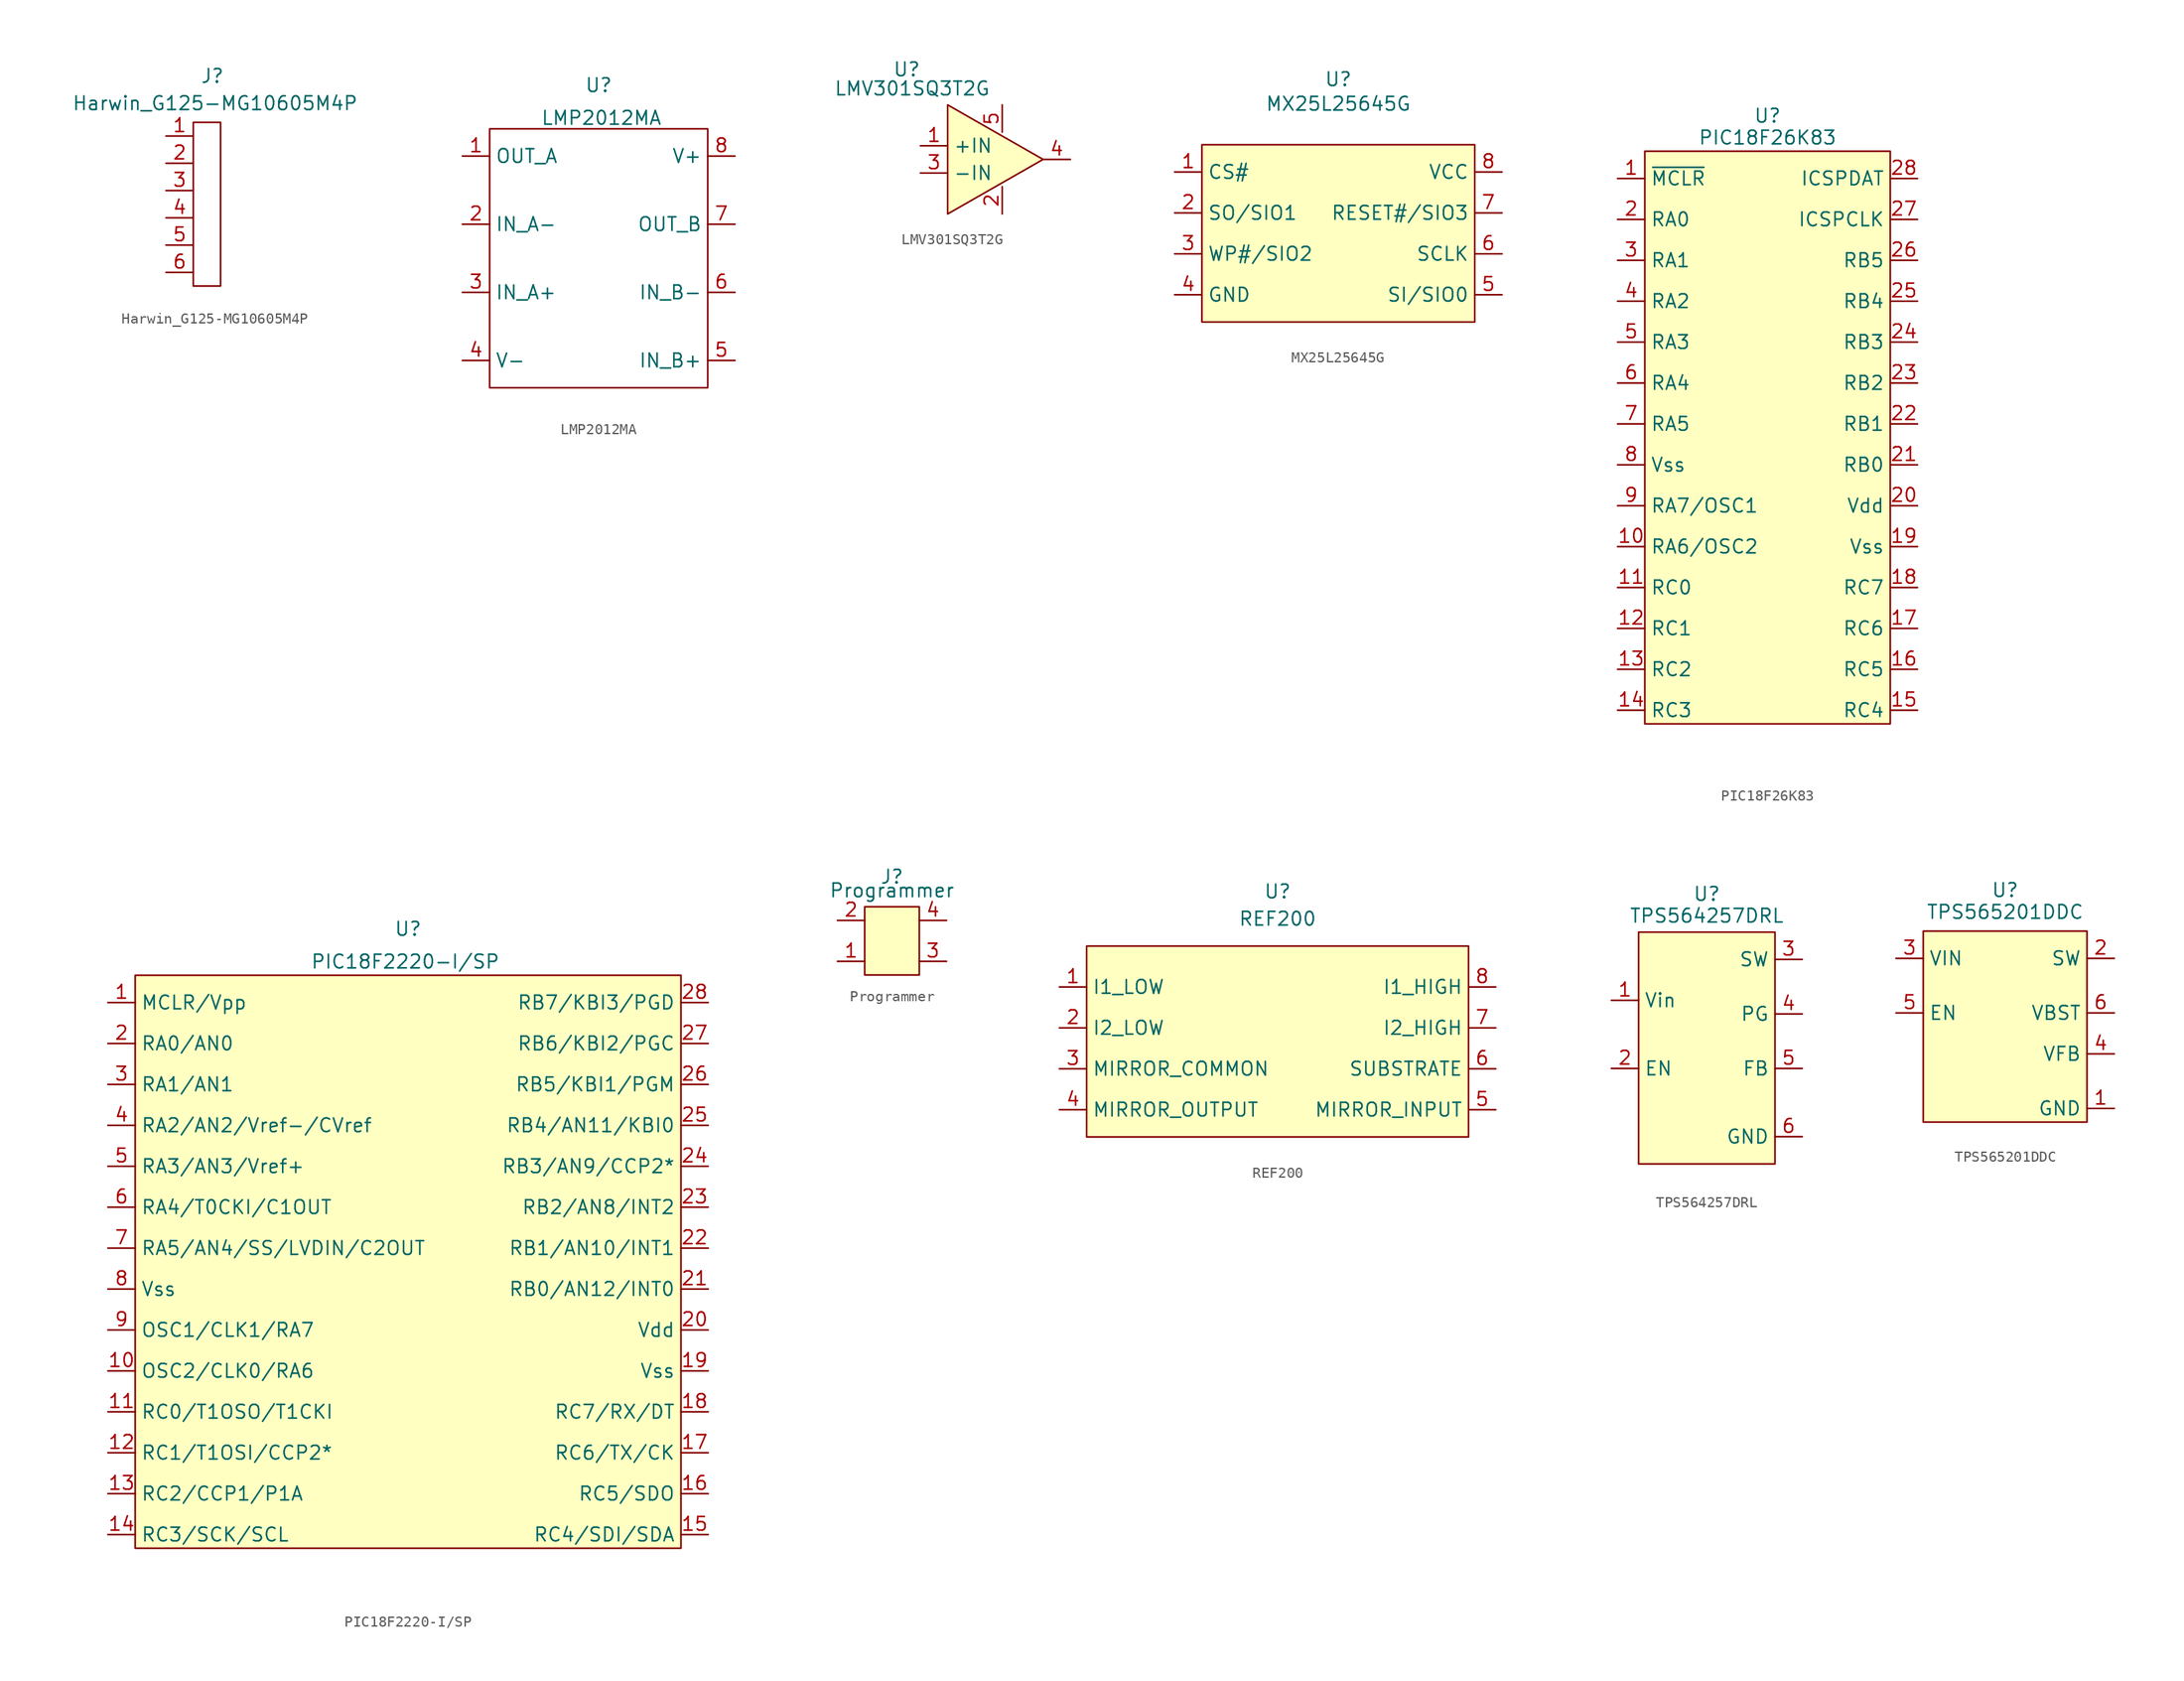
<source format=kicad_sym>
(kicad_symbol_lib
  (version 20241209)
  (generator "kicad_symbol_editor")
  (generator_version "9.0")
  (symbol "Harwin_G125-MG10605M4P"
    (property "Reference" "J"
      (at 0.508 4.318 0)
      (effects (font (size 1.27 1.27))))
    (property "Value" "Harwin_G125-MG10605M4P"
      (at 0.762 1.778 0)
      (effects (font (size 1.27 1.27))))
    (symbol "Harwin_G125-MG10605M4P_0_1"
      (rectangle (start -1.27 0) (end 1.27 -15.24) (stroke (width 0) (type default)) (fill (type none))))
    (symbol "Harwin_G125-MG10605M4P_1_1"
      (pin output line (at -3.81 -1.27 0) (length 2.54) (name "" (effects (font (size 1.27 1.27)))) (number "1" (effects (font (size 1.27 1.27)))))
      (pin output line (at -3.81 -3.81 0) (length 2.54) (name "" (effects (font (size 1.27 1.27)))) (number "2" (effects (font (size 1.27 1.27)))))
      (pin output line (at -3.81 -6.35 0) (length 2.54) (name "" (effects (font (size 1.27 1.27)))) (number "3" (effects (font (size 1.27 1.27)))))
      (pin output line (at -3.81 -8.89 0) (length 2.54) (name "" (effects (font (size 1.27 1.27)))) (number "4" (effects (font (size 1.27 1.27)))))
      (pin output line (at -3.81 -11.43 0) (length 2.54) (name "" (effects (font (size 1.27 1.27)))) (number "5" (effects (font (size 1.27 1.27)))))
      (pin output line (at -3.81 -13.97 0) (length 2.54) (name "" (effects (font (size 1.27 1.27)))) (number "6" (effects (font (size 1.27 1.27)))))))
  (symbol "LMP2012MA"
    (property "Reference" "U"
      (at 0 4.064 0)
      (effects (font (size 1.27 1.27))))
    (property "Value" "LMP2012MA"
      (at 0.254 1.016 0)
      (effects (font (size 1.27 1.27))))
    (symbol "LMP2012MA_0_1"
      (rectangle (start -10.16 0) (end 10.16 -24.13) (stroke (width 0) (type default)) (fill (type none))))
    (symbol "LMP2012MA_1_1"
      (pin output line (at -12.7 -2.54 0) (length 2.54) (name "OUT_A" (effects (font (size 1.27 1.27)))) (number "1" (effects (font (size 1.27 1.27)))))
      (pin input line (at -12.7 -8.89 0) (length 2.54) (name "IN_A-" (effects (font (size 1.27 1.27)))) (number "2" (effects (font (size 1.27 1.27)))))
      (pin input line (at -12.7 -15.24 0) (length 2.54) (name "IN_A+" (effects (font (size 1.27 1.27)))) (number "3" (effects (font (size 1.27 1.27)))))
      (pin power_in line (at -12.7 -21.59 0) (length 2.54) (name "V-" (effects (font (size 1.27 1.27)))) (number "4" (effects (font (size 1.27 1.27)))))
      (pin power_in line (at 12.7 -2.54 180) (length 2.54) (name "V+" (effects (font (size 1.27 1.27)))) (number "8" (effects (font (size 1.27 1.27)))))
      (pin power_in line (at 12.7 -8.89 180) (length 2.54) (name "OUT_B" (effects (font (size 1.27 1.27)))) (number "7" (effects (font (size 1.27 1.27)))))
      (pin power_in line (at 12.7 -15.24 180) (length 2.54) (name "IN_B-" (effects (font (size 1.27 1.27)))) (number "6" (effects (font (size 1.27 1.27)))))
      (pin power_in line (at 12.7 -21.59 180) (length 2.54) (name "IN_B+" (effects (font (size 1.27 1.27)))) (number "5" (effects (font (size 1.27 1.27)))))))
  (symbol "LMV301SQ3T2G"
    (property "Reference" "U"
      (at -3.81 3.302 0)
      (effects (font (size 1.27 1.27))))
    (property "Value" "LMV301SQ3T2G"
      (at -3.302 1.524 0)
      (effects (font (size 1.27 1.27))))
    (symbol "LMV301SQ3T2G_1_1"
      (polyline (pts (xy 0 0) (xy 0 -10.16) (xy 8.89 -5.08) (xy 0 0)) (stroke (width 0) (type solid)) (fill (type background)))
      (pin input line (at -2.54 -3.81 0) (length 2.54) (name "+IN" (effects (font (size 1.27 1.27)))) (number "1" (effects (font (size 1.27 1.27)))))
      (pin input line (at -2.54 -6.35 0) (length 2.54) (name "-IN" (effects (font (size 1.27 1.27)))) (number "3" (effects (font (size 1.27 1.27)))))
      (pin input line (at 5.08 -2.54 90) (length 2.54) (name "" (effects (font (size 1.27 1.27)))) (number "5" (effects (font (size 1.27 1.27)))))
      (pin input line (at 5.08 -7.62 270) (length 2.54) (name "" (effects (font (size 1.27 1.27)))) (number "2" (effects (font (size 1.27 1.27)))))
      (pin input line (at 8.89 -5.08 0) (length 2.54) (name "" (effects (font (size 1.27 1.27)))) (number "4" (effects (font (size 1.27 1.27)))))))
  (symbol "MX25L25645G"
    (property "Reference" "U"
      (at 0 2.286 0)
      (effects (font (size 1.27 1.27))))
    (property "Value" "MX25L25645G"
      (at 0 0 0)
      (effects (font (size 1.27 1.27))))
    (symbol "MX25L25645G_0_1"
      (rectangle (start -12.7 -3.81) (end 12.7 -20.32) (stroke (width 0) (type default)) (fill (type background))))
    (symbol "MX25L25645G_1_1"
      (pin input line (at -15.24 -6.35 0) (length 2.54) (name "CS#" (effects (font (size 1.27 1.27)))) (number "1" (effects (font (size 1.27 1.27)))))
      (pin input line (at -15.24 -10.16 0) (length 2.54) (name "SO/SIO1" (effects (font (size 1.27 1.27)))) (number "2" (effects (font (size 1.27 1.27)))))
      (pin input line (at -15.24 -13.97 0) (length 2.54) (name "WP#/SIO2" (effects (font (size 1.27 1.27)))) (number "3" (effects (font (size 1.27 1.27)))))
      (pin input line (at -15.24 -17.78 0) (length 2.54) (name "GND" (effects (font (size 1.27 1.27)))) (number "4" (effects (font (size 1.27 1.27)))))
      (pin input line (at 15.24 -6.35 180) (length 2.54) (name "VCC" (effects (font (size 1.27 1.27)))) (number "8" (effects (font (size 1.27 1.27)))))
      (pin input line (at 15.24 -10.16 180) (length 2.54) (name "RESET#/SIO3" (effects (font (size 1.27 1.27)))) (number "7" (effects (font (size 1.27 1.27)))))
      (pin input line (at 15.24 -13.97 180) (length 2.54) (name "SCLK" (effects (font (size 1.27 1.27)))) (number "6" (effects (font (size 1.27 1.27)))))
      (pin input line (at 15.24 -17.78 180) (length 2.54) (name "SI/SIO0" (effects (font (size 1.27 1.27)))) (number "5" (effects (font (size 1.27 1.27)))))))
  (symbol "PIC18F26K83"
    (property "Reference" "U"
      (at 0 3.302 0)
      (effects (font (size 1.27 1.27))))
    (property "Value" "PIC18F26K83"
      (at 0 1.27 0)
      (effects (font (size 1.27 1.27))))
    (symbol "PIC18F26K83_1_1"
      (rectangle (start -11.43 0) (end 11.43 -53.34) (stroke (width 0) (type solid)) (fill (type background)))
      (pin input line (at -13.97 -2.54 0) (length 2.54) (name "~{MCLR}" (effects (font (size 1.27 1.27)))) (number "1" (effects (font (size 1.27 1.27)))))
      (pin input line (at -13.97 -6.35 0) (length 2.54) (name "RA0" (effects (font (size 1.27 1.27)))) (number "2" (effects (font (size 1.27 1.27)))))
      (pin input line (at -13.97 -10.16 0) (length 2.54) (name "RA1" (effects (font (size 1.27 1.27)))) (number "3" (effects (font (size 1.27 1.27)))))
      (pin input line (at -13.97 -13.97 0) (length 2.54) (name "RA2" (effects (font (size 1.27 1.27)))) (number "4" (effects (font (size 1.27 1.27)))))
      (pin input line (at -13.97 -17.78 0) (length 2.54) (name "RA3" (effects (font (size 1.27 1.27)))) (number "5" (effects (font (size 1.27 1.27)))))
      (pin input line (at -13.97 -21.59 0) (length 2.54) (name "RA4" (effects (font (size 1.27 1.27)))) (number "6" (effects (font (size 1.27 1.27)))))
      (pin input line (at -13.97 -25.4 0) (length 2.54) (name "RA5" (effects (font (size 1.27 1.27)))) (number "7" (effects (font (size 1.27 1.27)))))
      (pin power_in line (at -13.97 -29.21 0) (length 2.54) (name "Vss" (effects (font (size 1.27 1.27)))) (number "8" (effects (font (size 1.27 1.27)))))
      (pin input line (at -13.97 -33.02 0) (length 2.54) (name "RA7/OSC1" (effects (font (size 1.27 1.27)))) (number "9" (effects (font (size 1.27 1.27)))))
      (pin input line (at -13.97 -36.83 0) (length 2.54) (name "RA6/OSC2" (effects (font (size 1.27 1.27)))) (number "10" (effects (font (size 1.27 1.27)))))
      (pin input line (at -13.97 -40.64 0) (length 2.54) (name "RC0" (effects (font (size 1.27 1.27)))) (number "11" (effects (font (size 1.27 1.27)))))
      (pin input line (at -13.97 -44.45 0) (length 2.54) (name "RC1" (effects (font (size 1.27 1.27)))) (number "12" (effects (font (size 1.27 1.27)))))
      (pin input line (at -13.97 -48.26 0) (length 2.54) (name "RC2" (effects (font (size 1.27 1.27)))) (number "13" (effects (font (size 1.27 1.27)))))
      (pin input line (at -13.97 -52.07 0) (length 2.54) (name "RC3" (effects (font (size 1.27 1.27)))) (number "14" (effects (font (size 1.27 1.27)))))
      (pin input line (at 13.97 -2.54 180) (length 2.54) (name "ICSPDAT" (effects (font (size 1.27 1.27)))) (number "28" (effects (font (size 1.27 1.27)))))
      (pin input line (at 13.97 -6.35 180) (length 2.54) (name "ICSPCLK" (effects (font (size 1.27 1.27)))) (number "27" (effects (font (size 1.27 1.27)))))
      (pin input line (at 13.97 -10.16 180) (length 2.54) (name "RB5" (effects (font (size 1.27 1.27)))) (number "26" (effects (font (size 1.27 1.27)))))
      (pin input line (at 13.97 -13.97 180) (length 2.54) (name "RB4" (effects (font (size 1.27 1.27)))) (number "25" (effects (font (size 1.27 1.27)))))
      (pin input line (at 13.97 -17.78 180) (length 2.54) (name "RB3" (effects (font (size 1.27 1.27)))) (number "24" (effects (font (size 1.27 1.27)))))
      (pin input line (at 13.97 -21.59 180) (length 2.54) (name "RB2" (effects (font (size 1.27 1.27)))) (number "23" (effects (font (size 1.27 1.27)))))
      (pin input line (at 13.97 -25.4 180) (length 2.54) (name "RB1" (effects (font (size 1.27 1.27)))) (number "22" (effects (font (size 1.27 1.27)))))
      (pin input line (at 13.97 -29.21 180) (length 2.54) (name "RB0" (effects (font (size 1.27 1.27)))) (number "21" (effects (font (size 1.27 1.27)))))
      (pin power_in line (at 13.97 -33.02 180) (length 2.54) (name "Vdd" (effects (font (size 1.27 1.27)))) (number "20" (effects (font (size 1.27 1.27)))))
      (pin power_in line (at 13.97 -36.83 180) (length 2.54) (name "Vss" (effects (font (size 1.27 1.27)))) (number "19" (effects (font (size 1.27 1.27)))))
      (pin input line (at 13.97 -40.64 180) (length 2.54) (name "RC7" (effects (font (size 1.27 1.27)))) (number "18" (effects (font (size 1.27 1.27)))))
      (pin input line (at 13.97 -44.45 180) (length 2.54) (name "RC6" (effects (font (size 1.27 1.27)))) (number "17" (effects (font (size 1.27 1.27)))))
      (pin input line (at 13.97 -48.26 180) (length 2.54) (name "RC5" (effects (font (size 1.27 1.27)))) (number "16" (effects (font (size 1.27 1.27)))))
      (pin input line (at 13.97 -52.07 180) (length 2.54) (name "RC4" (effects (font (size 1.27 1.27)))) (number "15" (effects (font (size 1.27 1.27)))))))
  (symbol "PIC18F2220-I/SP"
    (property "Reference" "U"
      (at 0 18.288 0)
      (effects (font (size 1.27 1.27))))
    (property "Value" "PIC18F2220-I/SP"
      (at -0.254 15.24 0)
      (effects (font (size 1.27 1.27))))
    (symbol "PIC18F2220-I/SP_1_1"
      (rectangle (start -25.4 13.97) (end 25.4 -39.37) (stroke (width 0) (type solid)) (fill (type background)))
      (pin input line (at -27.94 11.43 0) (length 2.54) (name "MCLR/Vpp" (effects (font (size 1.27 1.27)))) (number "1" (effects (font (size 1.27 1.27)))))
      (pin input line (at -27.94 7.62 0) (length 2.54) (name "RA0/AN0" (effects (font (size 1.27 1.27)))) (number "2" (effects (font (size 1.27 1.27)))))
      (pin input line (at -27.94 3.81 0) (length 2.54) (name "RA1/AN1" (effects (font (size 1.27 1.27)))) (number "3" (effects (font (size 1.27 1.27)))))
      (pin input line (at -27.94 0 0) (length 2.54) (name "RA2/AN2/Vref-/CVref" (effects (font (size 1.27 1.27)))) (number "4" (effects (font (size 1.27 1.27)))))
      (pin input line (at -27.94 -3.81 0) (length 2.54) (name "RA3/AN3/Vref+" (effects (font (size 1.27 1.27)))) (number "5" (effects (font (size 1.27 1.27)))))
      (pin input line (at -27.94 -7.62 0) (length 2.54) (name "RA4/T0CKI/C1OUT" (effects (font (size 1.27 1.27)))) (number "6" (effects (font (size 1.27 1.27)))))
      (pin input line (at -27.94 -11.43 0) (length 2.54) (name "RA5/AN4/SS/LVDIN/C2OUT" (effects (font (size 1.27 1.27)))) (number "7" (effects (font (size 1.27 1.27)))))
      (pin input line (at -27.94 -15.24 0) (length 2.54) (name "Vss" (effects (font (size 1.27 1.27)))) (number "8" (effects (font (size 1.27 1.27)))))
      (pin input line (at -27.94 -19.05 0) (length 2.54) (name "OSC1/CLK1/RA7" (effects (font (size 1.27 1.27)))) (number "9" (effects (font (size 1.27 1.27)))))
      (pin input line (at -27.94 -22.86 0) (length 2.54) (name "OSC2/CLK0/RA6" (effects (font (size 1.27 1.27)))) (number "10" (effects (font (size 1.27 1.27)))))
      (pin input line (at -27.94 -26.67 0) (length 2.54) (name "RC0/T1OSO/T1CKI" (effects (font (size 1.27 1.27)))) (number "11" (effects (font (size 1.27 1.27)))))
      (pin input line (at -27.94 -30.48 0) (length 2.54) (name "RC1/T1OSI/CCP2*" (effects (font (size 1.27 1.27)))) (number "12" (effects (font (size 1.27 1.27)))))
      (pin input line (at -27.94 -34.29 0) (length 2.54) (name "RC2/CCP1/P1A" (effects (font (size 1.27 1.27)))) (number "13" (effects (font (size 1.27 1.27)))))
      (pin input line (at -27.94 -38.1 0) (length 2.54) (name "RC3/SCK/SCL" (effects (font (size 1.27 1.27)))) (number "14" (effects (font (size 1.27 1.27)))))
      (pin input line (at 27.94 11.43 180) (length 2.54) (name "RB7/KBI3/PGD" (effects (font (size 1.27 1.27)))) (number "28" (effects (font (size 1.27 1.27)))))
      (pin input line (at 27.94 7.62 180) (length 2.54) (name "RB6/KBI2/PGC" (effects (font (size 1.27 1.27)))) (number "27" (effects (font (size 1.27 1.27)))))
      (pin input line (at 27.94 3.81 180) (length 2.54) (name "RB5/KBI1/PGM" (effects (font (size 1.27 1.27)))) (number "26" (effects (font (size 1.27 1.27)))))
      (pin input line (at 27.94 0 180) (length 2.54) (name "RB4/AN11/KBI0" (effects (font (size 1.27 1.27)))) (number "25" (effects (font (size 1.27 1.27)))))
      (pin input line (at 27.94 -3.81 180) (length 2.54) (name "RB3/AN9/CCP2*" (effects (font (size 1.27 1.27)))) (number "24" (effects (font (size 1.27 1.27)))))
      (pin input line (at 27.94 -7.62 180) (length 2.54) (name "RB2/AN8/INT2" (effects (font (size 1.27 1.27)))) (number "23" (effects (font (size 1.27 1.27)))))
      (pin input line (at 27.94 -11.43 180) (length 2.54) (name "RB1/AN10/INT1" (effects (font (size 1.27 1.27)))) (number "22" (effects (font (size 1.27 1.27)))))
      (pin input line (at 27.94 -15.24 180) (length 2.54) (name "RB0/AN12/INT0" (effects (font (size 1.27 1.27)))) (number "21" (effects (font (size 1.27 1.27)))))
      (pin input line (at 27.94 -19.05 180) (length 2.54) (name "Vdd" (effects (font (size 1.27 1.27)))) (number "20" (effects (font (size 1.27 1.27)))))
      (pin input line (at 27.94 -22.86 180) (length 2.54) (name "Vss" (effects (font (size 1.27 1.27)))) (number "19" (effects (font (size 1.27 1.27)))))
      (pin input line (at 27.94 -26.67 180) (length 2.54) (name "RC7/RX/DT" (effects (font (size 1.27 1.27)))) (number "18" (effects (font (size 1.27 1.27)))))
      (pin input line (at 27.94 -30.48 180) (length 2.54) (name "RC6/TX/CK" (effects (font (size 1.27 1.27)))) (number "17" (effects (font (size 1.27 1.27)))))
      (pin input line (at 27.94 -34.29 180) (length 2.54) (name "RC5/SDO" (effects (font (size 1.27 1.27)))) (number "16" (effects (font (size 1.27 1.27)))))
      (pin input line (at 27.94 -38.1 180) (length 2.54) (name "RC4/SDI/SDA" (effects (font (size 1.27 1.27)))) (number "15" (effects (font (size 1.27 1.27)))))))
  (symbol "Programmer"
    (property "Reference" "J"
      (at 0 2.794 0)
      (effects (font (size 1.27 1.27))))
    (property "Value" "Programmer"
      (at 0 1.524 0)
      (effects (font (size 1.27 1.27))))
    (symbol "Programmer_0_1"
      (rectangle (start -2.54 0) (end 2.54 -6.35) (stroke (width 0) (type default)) (fill (type background))))
    (symbol "Programmer_1_1"
      (pin input line (at -5.08 -1.27 0) (length 2.54) (name "" (effects (font (size 1.27 1.27)))) (number "2" (effects (font (size 1.27 1.27)))))
      (pin input line (at -5.08 -5.08 0) (length 2.54) (name "" (effects (font (size 1.27 1.27)))) (number "1" (effects (font (size 1.27 1.27)))))
      (pin input line (at 5.08 -1.27 180) (length 2.54) (name "" (effects (font (size 1.27 1.27)))) (number "4" (effects (font (size 1.27 1.27)))))
      (pin input line (at 5.08 -5.08 180) (length 2.54) (name "" (effects (font (size 1.27 1.27)))) (number "3" (effects (font (size 1.27 1.27)))))))
  (symbol "REF200"
    (property "Reference" "U"
      (at 0 8.89 0)
      (effects (font (size 1.27 1.27))))
    (property "Value" "REF200"
      (at 0 6.35 0)
      (effects (font (size 1.27 1.27))))
    (symbol "REF200_0_1"
      (rectangle (start -17.78 3.81) (end 17.78 -13.97) (stroke (width 0) (type default)) (fill (type background))))
    (symbol "REF200_1_1"
      (pin output line (at -20.32 0 0) (length 2.54) (name "I1_LOW" (effects (font (size 1.27 1.27)))) (number "1" (effects (font (size 1.27 1.27)))))
      (pin output line (at -20.32 -3.81 0) (length 2.54) (name "I2_LOW" (effects (font (size 1.27 1.27)))) (number "2" (effects (font (size 1.27 1.27)))))
      (pin output line (at -20.32 -7.62 0) (length 2.54) (name "MIRROR_COMMON" (effects (font (size 1.27 1.27)))) (number "3" (effects (font (size 1.27 1.27)))))
      (pin output line (at -20.32 -11.43 0) (length 2.54) (name "MIRROR_OUTPUT" (effects (font (size 1.27 1.27)))) (number "4" (effects (font (size 1.27 1.27)))))
      (pin input line (at 20.32 0 180) (length 2.54) (name "I1_HIGH" (effects (font (size 1.27 1.27)))) (number "8" (effects (font (size 1.27 1.27)))))
      (pin input line (at 20.32 -3.81 180) (length 2.54) (name "I2_HIGH" (effects (font (size 1.27 1.27)))) (number "7" (effects (font (size 1.27 1.27)))))
      (pin input line (at 20.32 -7.62 180) (length 2.54) (name "SUBSTRATE" (effects (font (size 1.27 1.27)))) (number "6" (effects (font (size 1.27 1.27)))))
      (pin input line (at 20.32 -11.43 180) (length 2.54) (name "MIRROR_INPUT" (effects (font (size 1.27 1.27)))) (number "5" (effects (font (size 1.27 1.27)))))))
  (symbol "TPS564257DRL"
    (property "Reference" "U"
      (at 0 7.366 0)
      (effects (font (size 1.27 1.27))))
    (property "Value" "TPS564257DRL"
      (at 0 5.334 0)
      (effects (font (size 1.27 1.27))))
    (symbol "TPS564257DRL_0_1"
      (rectangle (start -6.35 3.81) (end 6.35 -17.78) (stroke (width 0) (type default)) (fill (type color) (color 255 255 194 1))))
    (symbol "TPS564257DRL_1_1"
      (pin power_in line (at -8.89 -2.54 0) (length 2.54) (name "Vin" (effects (font (size 1.27 1.27)))) (number "1" (effects (font (size 1.27 1.27)))))
      (pin input line (at -8.89 -8.89 0) (length 2.54) (name "EN" (effects (font (size 1.27 1.27)))) (number "2" (effects (font (size 1.27 1.27)))))
      (pin output line (at 8.89 1.27 180) (length 2.54) (name "SW" (effects (font (size 1.27 1.27)))) (number "3" (effects (font (size 1.27 1.27)))))
      (pin output line (at 8.89 -3.81 180) (length 2.54) (name "PG" (effects (font (size 1.27 1.27)))) (number "4" (effects (font (size 1.27 1.27)))))
      (pin output line (at 8.89 -8.89 180) (length 2.54) (name "FB" (effects (font (size 1.27 1.27)))) (number "5" (effects (font (size 1.27 1.27)))))
      (pin power_in line (at 8.89 -15.24 180) (length 2.54) (name "GND" (effects (font (size 1.27 1.27)))) (number "6" (effects (font (size 1.27 1.27)))))))
  (symbol "TPS565201DDC"
    (property "Reference" "U"
      (at 0 0 0)
      (effects (font (size 1.27 1.27))))
    (property "Value" "TPS565201DDC"
      (at 0 -2.032 0)
      (effects (font (size 1.27 1.27))))
    (symbol "TPS565201DDC_0_1"
      (rectangle (start -7.62 -3.81) (end 7.62 -21.59) (stroke (width 0) (type default)) (fill (type background))))
    (symbol "TPS565201DDC_1_1"
      (pin input line (at -10.16 -6.35 0) (length 2.54) (name "VIN" (effects (font (size 1.27 1.27)))) (number "3" (effects (font (size 1.27 1.27)))))
      (pin input line (at -10.16 -11.43 0) (length 2.54) (name "EN" (effects (font (size 1.27 1.27)))) (number "5" (effects (font (size 1.27 1.27)))))
      (pin input line (at 10.16 -6.35 180) (length 2.54) (name "SW" (effects (font (size 1.27 1.27)))) (number "2" (effects (font (size 1.27 1.27)))))
      (pin input line (at 10.16 -11.43 180) (length 2.54) (name "VBST" (effects (font (size 1.27 1.27)))) (number "6" (effects (font (size 1.27 1.27)))))
      (pin input line (at 10.16 -15.24 180) (length 2.54) (name "VFB" (effects (font (size 1.27 1.27)))) (number "4" (effects (font (size 1.27 1.27)))))
      (pin input line (at 10.16 -20.32 180) (length 2.54) (name "GND" (effects (font (size 1.27 1.27)))) (number "1" (effects (font (size 1.27 1.27))))))))
</source>
